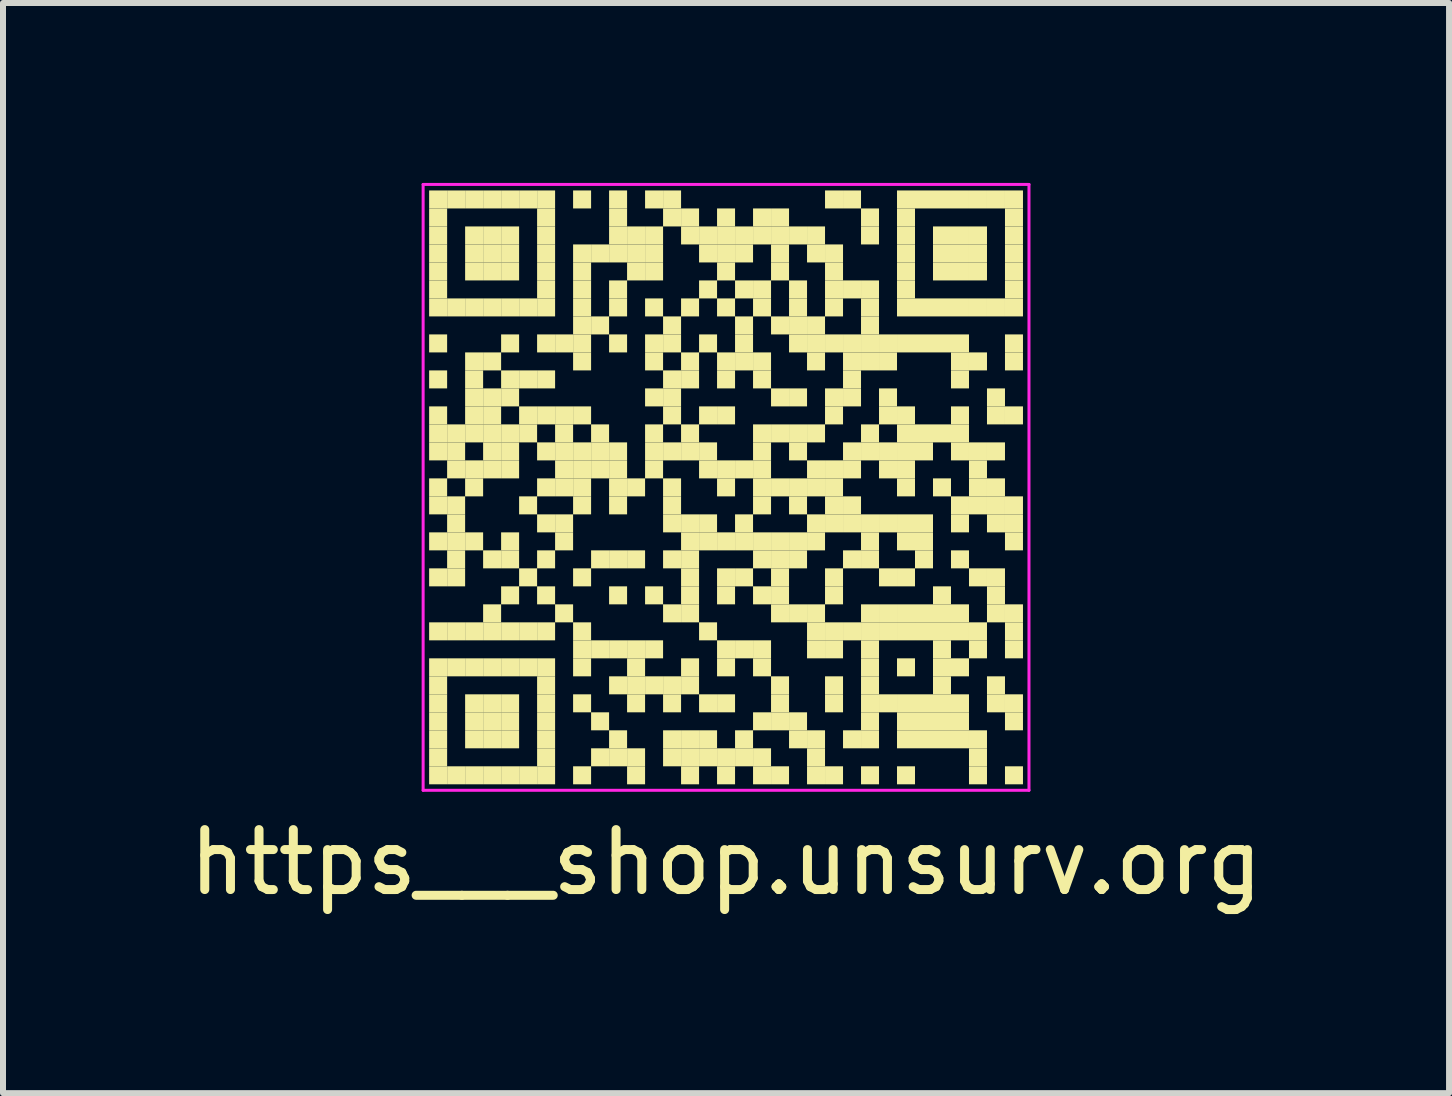
<source format=kicad_pcb>
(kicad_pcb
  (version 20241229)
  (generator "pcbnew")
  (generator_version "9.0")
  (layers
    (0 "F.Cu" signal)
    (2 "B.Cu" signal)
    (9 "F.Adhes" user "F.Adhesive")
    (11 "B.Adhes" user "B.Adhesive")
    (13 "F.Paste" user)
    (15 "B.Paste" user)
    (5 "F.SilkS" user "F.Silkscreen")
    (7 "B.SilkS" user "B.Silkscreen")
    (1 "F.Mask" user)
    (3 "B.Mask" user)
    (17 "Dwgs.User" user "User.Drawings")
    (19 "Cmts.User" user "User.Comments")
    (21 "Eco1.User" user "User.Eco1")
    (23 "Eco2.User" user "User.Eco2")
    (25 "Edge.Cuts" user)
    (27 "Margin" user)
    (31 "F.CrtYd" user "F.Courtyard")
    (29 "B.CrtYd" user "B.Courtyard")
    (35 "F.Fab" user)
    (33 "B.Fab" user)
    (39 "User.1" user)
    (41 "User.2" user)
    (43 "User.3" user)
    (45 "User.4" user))
  (footprint "https___shop.unsurv.org"
    (layer "F.Cu")
    (at 9.054 5.075)
    (property "Reference" "https___shop.unsurv.org" (at 0 6.25 0) (layer "F.SilkS") (effects (font (size 1 1) (thickness 0.15))))
    (fp_rect (start -4.95 -4.95) (end -4.65 -4.65) (stroke (width 0) (type default)) (fill yes) (layer "F.SilkS"))
    (fp_rect (start -4.95 -4.65) (end -4.65 -4.35) (stroke (width 0) (type default)) (fill yes) (layer "F.SilkS"))
    (fp_rect (start -4.95 -4.35) (end -4.65 -4.05) (stroke (width 0) (type default)) (fill yes) (layer "F.SilkS"))
    (fp_rect (start -4.95 -4.05) (end -4.65 -3.75) (stroke (width 0) (type default)) (fill yes) (layer "F.SilkS"))
    (fp_rect (start -4.95 -3.75) (end -4.65 -3.45) (stroke (width 0) (type default)) (fill yes) (layer "F.SilkS"))
    (fp_rect (start -4.95 -3.45) (end -4.65 -3.15) (stroke (width 0) (type default)) (fill yes) (layer "F.SilkS"))
    (fp_rect (start -4.95 -3.15) (end -4.65 -2.85) (stroke (width 0) (type default)) (fill yes) (layer "F.SilkS"))
    (fp_rect (start -4.95 -2.55) (end -4.65 -2.25) (stroke (width 0) (type default)) (fill yes) (layer "F.SilkS"))
    (fp_rect (start -4.95 -1.95) (end -4.65 -1.65) (stroke (width 0) (type default)) (fill yes) (layer "F.SilkS"))
    (fp_rect (start -4.95 -1.35) (end -4.65 -1.05) (stroke (width 0) (type default)) (fill yes) (layer "F.SilkS"))
    (fp_rect (start -4.95 -1.05) (end -4.65 -0.75) (stroke (width 0) (type default)) (fill yes) (layer "F.SilkS"))
    (fp_rect (start -4.95 -0.75) (end -4.65 -0.45) (stroke (width 0) (type default)) (fill yes) (layer "F.SilkS"))
    (fp_rect (start -4.95 -0.15) (end -4.65 0.15) (stroke (width 0) (type default)) (fill yes) (layer "F.SilkS"))
    (fp_rect (start -4.95 0.15) (end -4.65 0.45) (stroke (width 0) (type default)) (fill yes) (layer "F.SilkS"))
    (fp_rect (start -4.95 0.75) (end -4.65 1.05) (stroke (width 0) (type default)) (fill yes) (layer "F.SilkS"))
    (fp_rect (start -4.95 1.35) (end -4.65 1.65) (stroke (width 0) (type default)) (fill yes) (layer "F.SilkS"))
    (fp_rect (start -4.95 2.25) (end -4.65 2.55) (stroke (width 0) (type default)) (fill yes) (layer "F.SilkS"))
    (fp_rect (start -4.95 2.85) (end -4.65 3.15) (stroke (width 0) (type default)) (fill yes) (layer "F.SilkS"))
    (fp_rect (start -4.95 3.15) (end -4.65 3.45) (stroke (width 0) (type default)) (fill yes) (layer "F.SilkS"))
    (fp_rect (start -4.95 3.45) (end -4.65 3.75) (stroke (width 0) (type default)) (fill yes) (layer "F.SilkS"))
    (fp_rect (start -4.95 3.75) (end -4.65 4.05) (stroke (width 0) (type default)) (fill yes) (layer "F.SilkS"))
    (fp_rect (start -4.95 4.05) (end -4.65 4.35) (stroke (width 0) (type default)) (fill yes) (layer "F.SilkS"))
    (fp_rect (start -4.95 4.35) (end -4.65 4.65) (stroke (width 0) (type default)) (fill yes) (layer "F.SilkS"))
    (fp_rect (start -4.95 4.65) (end -4.65 4.95) (stroke (width 0) (type default)) (fill yes) (layer "F.SilkS"))
    (fp_rect (start -4.65 -4.95) (end -4.35 -4.65) (stroke (width 0) (type default)) (fill yes) (layer "F.SilkS"))
    (fp_rect (start -4.65 -3.15) (end -4.35 -2.85) (stroke (width 0) (type default)) (fill yes) (layer "F.SilkS"))
    (fp_rect (start -4.65 -1.05) (end -4.35 -0.75) (stroke (width 0) (type default)) (fill yes) (layer "F.SilkS"))
    (fp_rect (start -4.65 -0.75) (end -4.35 -0.45) (stroke (width 0) (type default)) (fill yes) (layer "F.SilkS"))
    (fp_rect (start -4.65 -0.45) (end -4.35 -0.15) (stroke (width 0) (type default)) (fill yes) (layer "F.SilkS"))
    (fp_rect (start -4.65 0.15) (end -4.35 0.45) (stroke (width 0) (type default)) (fill yes) (layer "F.SilkS"))
    (fp_rect (start -4.65 0.45) (end -4.35 0.75) (stroke (width 0) (type default)) (fill yes) (layer "F.SilkS"))
    (fp_rect (start -4.65 0.75) (end -4.35 1.05) (stroke (width 0) (type default)) (fill yes) (layer "F.SilkS"))
    (fp_rect (start -4.65 1.05) (end -4.35 1.35) (stroke (width 0) (type default)) (fill yes) (layer "F.SilkS"))
    (fp_rect (start -4.65 1.35) (end -4.35 1.65) (stroke (width 0) (type default)) (fill yes) (layer "F.SilkS"))
    (fp_rect (start -4.65 2.25) (end -4.35 2.55) (stroke (width 0) (type default)) (fill yes) (layer "F.SilkS"))
    (fp_rect (start -4.65 2.85) (end -4.35 3.15) (stroke (width 0) (type default)) (fill yes) (layer "F.SilkS"))
    (fp_rect (start -4.65 4.65) (end -4.35 4.95) (stroke (width 0) (type default)) (fill yes) (layer "F.SilkS"))
    (fp_rect (start -4.35 -4.95) (end -4.05 -4.65) (stroke (width 0) (type default)) (fill yes) (layer "F.SilkS"))
    (fp_rect (start -4.35 -4.35) (end -4.05 -4.05) (stroke (width 0) (type default)) (fill yes) (layer "F.SilkS"))
    (fp_rect (start -4.35 -4.05) (end -4.05 -3.75) (stroke (width 0) (type default)) (fill yes) (layer "F.SilkS"))
    (fp_rect (start -4.35 -3.75) (end -4.05 -3.45) (stroke (width 0) (type default)) (fill yes) (layer "F.SilkS"))
    (fp_rect (start -4.35 -3.15) (end -4.05 -2.85) (stroke (width 0) (type default)) (fill yes) (layer "F.SilkS"))
    (fp_rect (start -4.35 -2.25) (end -4.05 -1.95) (stroke (width 0) (type default)) (fill yes) (layer "F.SilkS"))
    (fp_rect (start -4.35 -1.95) (end -4.05 -1.65) (stroke (width 0) (type default)) (fill yes) (layer "F.SilkS"))
    (fp_rect (start -4.35 -1.65) (end -4.05 -1.35) (stroke (width 0) (type default)) (fill yes) (layer "F.SilkS"))
    (fp_rect (start -4.35 -1.35) (end -4.05 -1.05) (stroke (width 0) (type default)) (fill yes) (layer "F.SilkS"))
    (fp_rect (start -4.35 -1.05) (end -4.05 -0.75) (stroke (width 0) (type default)) (fill yes) (layer "F.SilkS"))
    (fp_rect (start -4.35 -0.45) (end -4.05 -0.15) (stroke (width 0) (type default)) (fill yes) (layer "F.SilkS"))
    (fp_rect (start -4.35 -0.15) (end -4.05 0.15) (stroke (width 0) (type default)) (fill yes) (layer "F.SilkS"))
    (fp_rect (start -4.35 0.75) (end -4.05 1.05) (stroke (width 0) (type default)) (fill yes) (layer "F.SilkS"))
    (fp_rect (start -4.35 2.25) (end -4.05 2.55) (stroke (width 0) (type default)) (fill yes) (layer "F.SilkS"))
    (fp_rect (start -4.35 2.85) (end -4.05 3.15) (stroke (width 0) (type default)) (fill yes) (layer "F.SilkS"))
    (fp_rect (start -4.35 3.45) (end -4.05 3.75) (stroke (width 0) (type default)) (fill yes) (layer "F.SilkS"))
    (fp_rect (start -4.35 3.75) (end -4.05 4.05) (stroke (width 0) (type default)) (fill yes) (layer "F.SilkS"))
    (fp_rect (start -4.35 4.05) (end -4.05 4.35) (stroke (width 0) (type default)) (fill yes) (layer "F.SilkS"))
    (fp_rect (start -4.35 4.65) (end -4.05 4.95) (stroke (width 0) (type default)) (fill yes) (layer "F.SilkS"))
    (fp_rect (start -4.05 -4.95) (end -3.75 -4.65) (stroke (width 0) (type default)) (fill yes) (layer "F.SilkS"))
    (fp_rect (start -4.05 -4.35) (end -3.75 -4.05) (stroke (width 0) (type default)) (fill yes) (layer "F.SilkS"))
    (fp_rect (start -4.05 -4.05) (end -3.75 -3.75) (stroke (width 0) (type default)) (fill yes) (layer "F.SilkS"))
    (fp_rect (start -4.05 -3.75) (end -3.75 -3.45) (stroke (width 0) (type default)) (fill yes) (layer "F.SilkS"))
    (fp_rect (start -4.05 -3.15) (end -3.75 -2.85) (stroke (width 0) (type default)) (fill yes) (layer "F.SilkS"))
    (fp_rect (start -4.05 -2.25) (end -3.75 -1.95) (stroke (width 0) (type default)) (fill yes) (layer "F.SilkS"))
    (fp_rect (start -4.05 -1.65) (end -3.75 -1.35) (stroke (width 0) (type default)) (fill yes) (layer "F.SilkS"))
    (fp_rect (start -4.05 -1.35) (end -3.75 -1.05) (stroke (width 0) (type default)) (fill yes) (layer "F.SilkS"))
    (fp_rect (start -4.05 -1.05) (end -3.75 -0.75) (stroke (width 0) (type default)) (fill yes) (layer "F.SilkS"))
    (fp_rect (start -4.05 -0.75) (end -3.75 -0.45) (stroke (width 0) (type default)) (fill yes) (layer "F.SilkS"))
    (fp_rect (start -4.05 -0.45) (end -3.75 -0.15) (stroke (width 0) (type default)) (fill yes) (layer "F.SilkS"))
    (fp_rect (start -4.05 1.05) (end -3.75 1.35) (stroke (width 0) (type default)) (fill yes) (layer "F.SilkS"))
    (fp_rect (start -4.05 1.95) (end -3.75 2.25) (stroke (width 0) (type default)) (fill yes) (layer "F.SilkS"))
    (fp_rect (start -4.05 2.25) (end -3.75 2.55) (stroke (width 0) (type default)) (fill yes) (layer "F.SilkS"))
    (fp_rect (start -4.05 2.85) (end -3.75 3.15) (stroke (width 0) (type default)) (fill yes) (layer "F.SilkS"))
    (fp_rect (start -4.05 3.45) (end -3.75 3.75) (stroke (width 0) (type default)) (fill yes) (layer "F.SilkS"))
    (fp_rect (start -4.05 3.75) (end -3.75 4.05) (stroke (width 0) (type default)) (fill yes) (layer "F.SilkS"))
    (fp_rect (start -4.05 4.05) (end -3.75 4.35) (stroke (width 0) (type default)) (fill yes) (layer "F.SilkS"))
    (fp_rect (start -4.05 4.65) (end -3.75 4.95) (stroke (width 0) (type default)) (fill yes) (layer "F.SilkS"))
    (fp_rect (start -3.75 -4.95) (end -3.45 -4.65) (stroke (width 0) (type default)) (fill yes) (layer "F.SilkS"))
    (fp_rect (start -3.75 -4.35) (end -3.45 -4.05) (stroke (width 0) (type default)) (fill yes) (layer "F.SilkS"))
    (fp_rect (start -3.75 -4.05) (end -3.45 -3.75) (stroke (width 0) (type default)) (fill yes) (layer "F.SilkS"))
    (fp_rect (start -3.75 -3.75) (end -3.45 -3.45) (stroke (width 0) (type default)) (fill yes) (layer "F.SilkS"))
    (fp_rect (start -3.75 -3.15) (end -3.45 -2.85) (stroke (width 0) (type default)) (fill yes) (layer "F.SilkS"))
    (fp_rect (start -3.75 -2.55) (end -3.45 -2.25) (stroke (width 0) (type default)) (fill yes) (layer "F.SilkS"))
    (fp_rect (start -3.75 -1.95) (end -3.45 -1.65) (stroke (width 0) (type default)) (fill yes) (layer "F.SilkS"))
    (fp_rect (start -3.75 -1.65) (end -3.45 -1.35) (stroke (width 0) (type default)) (fill yes) (layer "F.SilkS"))
    (fp_rect (start -3.75 -1.05) (end -3.45 -0.75) (stroke (width 0) (type default)) (fill yes) (layer "F.SilkS"))
    (fp_rect (start -3.75 -0.75) (end -3.45 -0.45) (stroke (width 0) (type default)) (fill yes) (layer "F.SilkS"))
    (fp_rect (start -3.75 -0.45) (end -3.45 -0.15) (stroke (width 0) (type default)) (fill yes) (layer "F.SilkS"))
    (fp_rect (start -3.75 0.75) (end -3.45 1.05) (stroke (width 0) (type default)) (fill yes) (layer "F.SilkS"))
    (fp_rect (start -3.75 1.05) (end -3.45 1.35) (stroke (width 0) (type default)) (fill yes) (layer "F.SilkS"))
    (fp_rect (start -3.75 1.65) (end -3.45 1.95) (stroke (width 0) (type default)) (fill yes) (layer "F.SilkS"))
    (fp_rect (start -3.75 2.25) (end -3.45 2.55) (stroke (width 0) (type default)) (fill yes) (layer "F.SilkS"))
    (fp_rect (start -3.75 2.85) (end -3.45 3.15) (stroke (width 0) (type default)) (fill yes) (layer "F.SilkS"))
    (fp_rect (start -3.75 3.45) (end -3.45 3.75) (stroke (width 0) (type default)) (fill yes) (layer "F.SilkS"))
    (fp_rect (start -3.75 3.75) (end -3.45 4.05) (stroke (width 0) (type default)) (fill yes) (layer "F.SilkS"))
    (fp_rect (start -3.75 4.05) (end -3.45 4.35) (stroke (width 0) (type default)) (fill yes) (layer "F.SilkS"))
    (fp_rect (start -3.75 4.65) (end -3.45 4.95) (stroke (width 0) (type default)) (fill yes) (layer "F.SilkS"))
    (fp_rect (start -3.45 -4.95) (end -3.15 -4.65) (stroke (width 0) (type default)) (fill yes) (layer "F.SilkS"))
    (fp_rect (start -3.45 -3.15) (end -3.15 -2.85) (stroke (width 0) (type default)) (fill yes) (layer "F.SilkS"))
    (fp_rect (start -3.45 -1.95) (end -3.15 -1.65) (stroke (width 0) (type default)) (fill yes) (layer "F.SilkS"))
    (fp_rect (start -3.45 -1.35) (end -3.15 -1.05) (stroke (width 0) (type default)) (fill yes) (layer "F.SilkS"))
    (fp_rect (start -3.45 -1.05) (end -3.15 -0.75) (stroke (width 0) (type default)) (fill yes) (layer "F.SilkS"))
    (fp_rect (start -3.45 0.15) (end -3.15 0.45) (stroke (width 0) (type default)) (fill yes) (layer "F.SilkS"))
    (fp_rect (start -3.45 1.35) (end -3.15 1.65) (stroke (width 0) (type default)) (fill yes) (layer "F.SilkS"))
    (fp_rect (start -3.45 2.25) (end -3.15 2.55) (stroke (width 0) (type default)) (fill yes) (layer "F.SilkS"))
    (fp_rect (start -3.45 2.85) (end -3.15 3.15) (stroke (width 0) (type default)) (fill yes) (layer "F.SilkS"))
    (fp_rect (start -3.45 4.65) (end -3.15 4.95) (stroke (width 0) (type default)) (fill yes) (layer "F.SilkS"))
    (fp_rect (start -3.15 -4.95) (end -2.85 -4.65) (stroke (width 0) (type default)) (fill yes) (layer "F.SilkS"))
    (fp_rect (start -3.15 -4.65) (end -2.85 -4.35) (stroke (width 0) (type default)) (fill yes) (layer "F.SilkS"))
    (fp_rect (start -3.15 -4.35) (end -2.85 -4.05) (stroke (width 0) (type default)) (fill yes) (layer "F.SilkS"))
    (fp_rect (start -3.15 -4.05) (end -2.85 -3.75) (stroke (width 0) (type default)) (fill yes) (layer "F.SilkS"))
    (fp_rect (start -3.15 -3.75) (end -2.85 -3.45) (stroke (width 0) (type default)) (fill yes) (layer "F.SilkS"))
    (fp_rect (start -3.15 -3.45) (end -2.85 -3.15) (stroke (width 0) (type default)) (fill yes) (layer "F.SilkS"))
    (fp_rect (start -3.15 -3.15) (end -2.85 -2.85) (stroke (width 0) (type default)) (fill yes) (layer "F.SilkS"))
    (fp_rect (start -3.15 -2.55) (end -2.85 -2.25) (stroke (width 0) (type default)) (fill yes) (layer "F.SilkS"))
    (fp_rect (start -3.15 -1.95) (end -2.85 -1.65) (stroke (width 0) (type default)) (fill yes) (layer "F.SilkS"))
    (fp_rect (start -3.15 -1.35) (end -2.85 -1.05) (stroke (width 0) (type default)) (fill yes) (layer "F.SilkS"))
    (fp_rect (start -3.15 -0.75) (end -2.85 -0.45) (stroke (width 0) (type default)) (fill yes) (layer "F.SilkS"))
    (fp_rect (start -3.15 -0.15) (end -2.85 0.15) (stroke (width 0) (type default)) (fill yes) (layer "F.SilkS"))
    (fp_rect (start -3.15 0.45) (end -2.85 0.75) (stroke (width 0) (type default)) (fill yes) (layer "F.SilkS"))
    (fp_rect (start -3.15 1.05) (end -2.85 1.35) (stroke (width 0) (type default)) (fill yes) (layer "F.SilkS"))
    (fp_rect (start -3.15 1.65) (end -2.85 1.95) (stroke (width 0) (type default)) (fill yes) (layer "F.SilkS"))
    (fp_rect (start -3.15 2.25) (end -2.85 2.55) (stroke (width 0) (type default)) (fill yes) (layer "F.SilkS"))
    (fp_rect (start -3.15 2.85) (end -2.85 3.15) (stroke (width 0) (type default)) (fill yes) (layer "F.SilkS"))
    (fp_rect (start -3.15 3.15) (end -2.85 3.45) (stroke (width 0) (type default)) (fill yes) (layer "F.SilkS"))
    (fp_rect (start -3.15 3.45) (end -2.85 3.75) (stroke (width 0) (type default)) (fill yes) (layer "F.SilkS"))
    (fp_rect (start -3.15 3.75) (end -2.85 4.05) (stroke (width 0) (type default)) (fill yes) (layer "F.SilkS"))
    (fp_rect (start -3.15 4.05) (end -2.85 4.35) (stroke (width 0) (type default)) (fill yes) (layer "F.SilkS"))
    (fp_rect (start -3.15 4.35) (end -2.85 4.65) (stroke (width 0) (type default)) (fill yes) (layer "F.SilkS"))
    (fp_rect (start -3.15 4.65) (end -2.85 4.95) (stroke (width 0) (type default)) (fill yes) (layer "F.SilkS"))
    (fp_rect (start -2.85 -2.55) (end -2.55 -2.25) (stroke (width 0) (type default)) (fill yes) (layer "F.SilkS"))
    (fp_rect (start -2.85 -1.35) (end -2.55 -1.05) (stroke (width 0) (type default)) (fill yes) (layer "F.SilkS"))
    (fp_rect (start -2.85 -1.05) (end -2.55 -0.75) (stroke (width 0) (type default)) (fill yes) (layer "F.SilkS"))
    (fp_rect (start -2.85 -0.75) (end -2.55 -0.45) (stroke (width 0) (type default)) (fill yes) (layer "F.SilkS"))
    (fp_rect (start -2.85 -0.45) (end -2.55 -0.15) (stroke (width 0) (type default)) (fill yes) (layer "F.SilkS"))
    (fp_rect (start -2.85 -0.15) (end -2.55 0.15) (stroke (width 0) (type default)) (fill yes) (layer "F.SilkS"))
    (fp_rect (start -2.85 0.45) (end -2.55 0.75) (stroke (width 0) (type default)) (fill yes) (layer "F.SilkS"))
    (fp_rect (start -2.85 0.75) (end -2.55 1.05) (stroke (width 0) (type default)) (fill yes) (layer "F.SilkS"))
    (fp_rect (start -2.85 1.95) (end -2.55 2.25) (stroke (width 0) (type default)) (fill yes) (layer "F.SilkS"))
    (fp_rect (start -2.55 -4.95) (end -2.25 -4.65) (stroke (width 0) (type default)) (fill yes) (layer "F.SilkS"))
    (fp_rect (start -2.55 -4.05) (end -2.25 -3.75) (stroke (width 0) (type default)) (fill yes) (layer "F.SilkS"))
    (fp_rect (start -2.55 -3.75) (end -2.25 -3.45) (stroke (width 0) (type default)) (fill yes) (layer "F.SilkS"))
    (fp_rect (start -2.55 -3.45) (end -2.25 -3.15) (stroke (width 0) (type default)) (fill yes) (layer "F.SilkS"))
    (fp_rect (start -2.55 -3.15) (end -2.25 -2.85) (stroke (width 0) (type default)) (fill yes) (layer "F.SilkS"))
    (fp_rect (start -2.55 -2.85) (end -2.25 -2.55) (stroke (width 0) (type default)) (fill yes) (layer "F.SilkS"))
    (fp_rect (start -2.55 -2.55) (end -2.25 -2.25) (stroke (width 0) (type default)) (fill yes) (layer "F.SilkS"))
    (fp_rect (start -2.55 -2.25) (end -2.25 -1.95) (stroke (width 0) (type default)) (fill yes) (layer "F.SilkS"))
    (fp_rect (start -2.55 -1.35) (end -2.25 -1.05) (stroke (width 0) (type default)) (fill yes) (layer "F.SilkS"))
    (fp_rect (start -2.55 -0.75) (end -2.25 -0.45) (stroke (width 0) (type default)) (fill yes) (layer "F.SilkS"))
    (fp_rect (start -2.55 -0.45) (end -2.25 -0.15) (stroke (width 0) (type default)) (fill yes) (layer "F.SilkS"))
    (fp_rect (start -2.55 -0.15) (end -2.25 0.15) (stroke (width 0) (type default)) (fill yes) (layer "F.SilkS"))
    (fp_rect (start -2.55 0.15) (end -2.25 0.45) (stroke (width 0) (type default)) (fill yes) (layer "F.SilkS"))
    (fp_rect (start -2.55 1.35) (end -2.25 1.65) (stroke (width 0) (type default)) (fill yes) (layer "F.SilkS"))
    (fp_rect (start -2.55 2.25) (end -2.25 2.55) (stroke (width 0) (type default)) (fill yes) (layer "F.SilkS"))
    (fp_rect (start -2.55 2.55) (end -2.25 2.85) (stroke (width 0) (type default)) (fill yes) (layer "F.SilkS"))
    (fp_rect (start -2.55 2.85) (end -2.25 3.15) (stroke (width 0) (type default)) (fill yes) (layer "F.SilkS"))
    (fp_rect (start -2.55 3.45) (end -2.25 3.75) (stroke (width 0) (type default)) (fill yes) (layer "F.SilkS"))
    (fp_rect (start -2.55 4.65) (end -2.25 4.95) (stroke (width 0) (type default)) (fill yes) (layer "F.SilkS"))
    (fp_rect (start -2.25 -4.05) (end -1.95 -3.75) (stroke (width 0) (type default)) (fill yes) (layer "F.SilkS"))
    (fp_rect (start -2.25 -2.85) (end -1.95 -2.55) (stroke (width 0) (type default)) (fill yes) (layer "F.SilkS"))
    (fp_rect (start -2.25 -1.05) (end -1.95 -0.75) (stroke (width 0) (type default)) (fill yes) (layer "F.SilkS"))
    (fp_rect (start -2.25 -0.75) (end -1.95 -0.45) (stroke (width 0) (type default)) (fill yes) (layer "F.SilkS"))
    (fp_rect (start -2.25 -0.45) (end -1.95 -0.15) (stroke (width 0) (type default)) (fill yes) (layer "F.SilkS"))
    (fp_rect (start -2.25 1.05) (end -1.95 1.35) (stroke (width 0) (type default)) (fill yes) (layer "F.SilkS"))
    (fp_rect (start -2.25 2.55) (end -1.95 2.85) (stroke (width 0) (type default)) (fill yes) (layer "F.SilkS"))
    (fp_rect (start -2.25 3.75) (end -1.95 4.05) (stroke (width 0) (type default)) (fill yes) (layer "F.SilkS"))
    (fp_rect (start -2.25 4.35) (end -1.95 4.65) (stroke (width 0) (type default)) (fill yes) (layer "F.SilkS"))
    (fp_rect (start -1.95 -4.95) (end -1.65 -4.65) (stroke (width 0) (type default)) (fill yes) (layer "F.SilkS"))
    (fp_rect (start -1.95 -4.65) (end -1.65 -4.35) (stroke (width 0) (type default)) (fill yes) (layer "F.SilkS"))
    (fp_rect (start -1.95 -4.35) (end -1.65 -4.05) (stroke (width 0) (type default)) (fill yes) (layer "F.SilkS"))
    (fp_rect (start -1.95 -4.05) (end -1.65 -3.75) (stroke (width 0) (type default)) (fill yes) (layer "F.SilkS"))
    (fp_rect (start -1.95 -3.45) (end -1.65 -3.15) (stroke (width 0) (type default)) (fill yes) (layer "F.SilkS"))
    (fp_rect (start -1.95 -3.15) (end -1.65 -2.85) (stroke (width 0) (type default)) (fill yes) (layer "F.SilkS"))
    (fp_rect (start -1.95 -2.55) (end -1.65 -2.25) (stroke (width 0) (type default)) (fill yes) (layer "F.SilkS"))
    (fp_rect (start -1.95 -0.75) (end -1.65 -0.45) (stroke (width 0) (type default)) (fill yes) (layer "F.SilkS"))
    (fp_rect (start -1.95 -0.45) (end -1.65 -0.15) (stroke (width 0) (type default)) (fill yes) (layer "F.SilkS"))
    (fp_rect (start -1.95 -0.15) (end -1.65 0.15) (stroke (width 0) (type default)) (fill yes) (layer "F.SilkS"))
    (fp_rect (start -1.95 0.15) (end -1.65 0.45) (stroke (width 0) (type default)) (fill yes) (layer "F.SilkS"))
    (fp_rect (start -1.95 1.05) (end -1.65 1.35) (stroke (width 0) (type default)) (fill yes) (layer "F.SilkS"))
    (fp_rect (start -1.95 1.65) (end -1.65 1.95) (stroke (width 0) (type default)) (fill yes) (layer "F.SilkS"))
    (fp_rect (start -1.95 2.55) (end -1.65 2.85) (stroke (width 0) (type default)) (fill yes) (layer "F.SilkS"))
    (fp_rect (start -1.95 3.15) (end -1.65 3.45) (stroke (width 0) (type default)) (fill yes) (layer "F.SilkS"))
    (fp_rect (start -1.95 4.05) (end -1.65 4.35) (stroke (width 0) (type default)) (fill yes) (layer "F.SilkS"))
    (fp_rect (start -1.95 4.35) (end -1.65 4.65) (stroke (width 0) (type default)) (fill yes) (layer "F.SilkS"))
    (fp_rect (start -1.65 -4.35) (end -1.35 -4.05) (stroke (width 0) (type default)) (fill yes) (layer "F.SilkS"))
    (fp_rect (start -1.65 -4.05) (end -1.35 -3.75) (stroke (width 0) (type default)) (fill yes) (layer "F.SilkS"))
    (fp_rect (start -1.65 -3.75) (end -1.35 -3.45) (stroke (width 0) (type default)) (fill yes) (layer "F.SilkS"))
    (fp_rect (start -1.65 -0.15) (end -1.35 0.15) (stroke (width 0) (type default)) (fill yes) (layer "F.SilkS"))
    (fp_rect (start -1.65 1.05) (end -1.35 1.35) (stroke (width 0) (type default)) (fill yes) (layer "F.SilkS"))
    (fp_rect (start -1.65 2.55) (end -1.35 2.85) (stroke (width 0) (type default)) (fill yes) (layer "F.SilkS"))
    (fp_rect (start -1.65 2.85) (end -1.35 3.15) (stroke (width 0) (type default)) (fill yes) (layer "F.SilkS"))
    (fp_rect (start -1.65 3.15) (end -1.35 3.45) (stroke (width 0) (type default)) (fill yes) (layer "F.SilkS"))
    (fp_rect (start -1.65 3.45) (end -1.35 3.75) (stroke (width 0) (type default)) (fill yes) (layer "F.SilkS"))
    (fp_rect (start -1.65 4.35) (end -1.35 4.65) (stroke (width 0) (type default)) (fill yes) (layer "F.SilkS"))
    (fp_rect (start -1.65 4.65) (end -1.35 4.95) (stroke (width 0) (type default)) (fill yes) (layer "F.SilkS"))
    (fp_rect (start -1.35 -4.95) (end -1.05 -4.65) (stroke (width 0) (type default)) (fill yes) (layer "F.SilkS"))
    (fp_rect (start -1.35 -4.35) (end -1.05 -4.05) (stroke (width 0) (type default)) (fill yes) (layer "F.SilkS"))
    (fp_rect (start -1.35 -4.05) (end -1.05 -3.75) (stroke (width 0) (type default)) (fill yes) (layer "F.SilkS"))
    (fp_rect (start -1.35 -3.75) (end -1.05 -3.45) (stroke (width 0) (type default)) (fill yes) (layer "F.SilkS"))
    (fp_rect (start -1.35 -3.15) (end -1.05 -2.85) (stroke (width 0) (type default)) (fill yes) (layer "F.SilkS"))
    (fp_rect (start -1.35 -2.55) (end -1.05 -2.25) (stroke (width 0) (type default)) (fill yes) (layer "F.SilkS"))
    (fp_rect (start -1.35 -2.25) (end -1.05 -1.95) (stroke (width 0) (type default)) (fill yes) (layer "F.SilkS"))
    (fp_rect (start -1.35 -1.65) (end -1.05 -1.35) (stroke (width 0) (type default)) (fill yes) (layer "F.SilkS"))
    (fp_rect (start -1.35 -1.05) (end -1.05 -0.75) (stroke (width 0) (type default)) (fill yes) (layer "F.SilkS"))
    (fp_rect (start -1.35 -0.75) (end -1.05 -0.45) (stroke (width 0) (type default)) (fill yes) (layer "F.SilkS"))
    (fp_rect (start -1.35 -0.45) (end -1.05 -0.15) (stroke (width 0) (type default)) (fill yes) (layer "F.SilkS"))
    (fp_rect (start -1.35 1.65) (end -1.05 1.95) (stroke (width 0) (type default)) (fill yes) (layer "F.SilkS"))
    (fp_rect (start -1.35 2.55) (end -1.05 2.85) (stroke (width 0) (type default)) (fill yes) (layer "F.SilkS"))
    (fp_rect (start -1.35 3.15) (end -1.05 3.45) (stroke (width 0) (type default)) (fill yes) (layer "F.SilkS"))
    (fp_rect (start -1.05 -4.95) (end -0.75 -4.65) (stroke (width 0) (type default)) (fill yes) (layer "F.SilkS"))
    (fp_rect (start -1.05 -4.65) (end -0.75 -4.35) (stroke (width 0) (type default)) (fill yes) (layer "F.SilkS"))
    (fp_rect (start -1.05 -2.85) (end -0.75 -2.55) (stroke (width 0) (type default)) (fill yes) (layer "F.SilkS"))
    (fp_rect (start -1.05 -2.55) (end -0.75 -2.25) (stroke (width 0) (type default)) (fill yes) (layer "F.SilkS"))
    (fp_rect (start -1.05 -1.95) (end -0.75 -1.65) (stroke (width 0) (type default)) (fill yes) (layer "F.SilkS"))
    (fp_rect (start -1.05 -1.65) (end -0.75 -1.35) (stroke (width 0) (type default)) (fill yes) (layer "F.SilkS"))
    (fp_rect (start -1.05 -1.35) (end -0.75 -1.05) (stroke (width 0) (type default)) (fill yes) (layer "F.SilkS"))
    (fp_rect (start -1.05 -0.75) (end -0.75 -0.45) (stroke (width 0) (type default)) (fill yes) (layer "F.SilkS"))
    (fp_rect (start -1.05 -0.15) (end -0.75 0.15) (stroke (width 0) (type default)) (fill yes) (layer "F.SilkS"))
    (fp_rect (start -1.05 0.15) (end -0.75 0.45) (stroke (width 0) (type default)) (fill yes) (layer "F.SilkS"))
    (fp_rect (start -1.05 0.45) (end -0.75 0.75) (stroke (width 0) (type default)) (fill yes) (layer "F.SilkS"))
    (fp_rect (start -1.05 1.05) (end -0.75 1.35) (stroke (width 0) (type default)) (fill yes) (layer "F.SilkS"))
    (fp_rect (start -1.05 1.95) (end -0.75 2.25) (stroke (width 0) (type default)) (fill yes) (layer "F.SilkS"))
    (fp_rect (start -1.05 3.15) (end -0.75 3.45) (stroke (width 0) (type default)) (fill yes) (layer "F.SilkS"))
    (fp_rect (start -1.05 3.45) (end -0.75 3.75) (stroke (width 0) (type default)) (fill yes) (layer "F.SilkS"))
    (fp_rect (start -1.05 4.05) (end -0.75 4.35) (stroke (width 0) (type default)) (fill yes) (layer "F.SilkS"))
    (fp_rect (start -1.05 4.35) (end -0.75 4.65) (stroke (width 0) (type default)) (fill yes) (layer "F.SilkS"))
    (fp_rect (start -0.75 -4.65) (end -0.45 -4.35) (stroke (width 0) (type default)) (fill yes) (layer "F.SilkS"))
    (fp_rect (start -0.75 -4.35) (end -0.45 -4.05) (stroke (width 0) (type default)) (fill yes) (layer "F.SilkS"))
    (fp_rect (start -0.75 -3.15) (end -0.45 -2.85) (stroke (width 0) (type default)) (fill yes) (layer "F.SilkS"))
    (fp_rect (start -0.75 -2.25) (end -0.45 -1.95) (stroke (width 0) (type default)) (fill yes) (layer "F.SilkS"))
    (fp_rect (start -0.75 -1.95) (end -0.45 -1.65) (stroke (width 0) (type default)) (fill yes) (layer "F.SilkS"))
    (fp_rect (start -0.75 -1.05) (end -0.45 -0.75) (stroke (width 0) (type default)) (fill yes) (layer "F.SilkS"))
    (fp_rect (start -0.75 -0.75) (end -0.45 -0.45) (stroke (width 0) (type default)) (fill yes) (layer "F.SilkS"))
    (fp_rect (start -0.75 0.45) (end -0.45 0.75) (stroke (width 0) (type default)) (fill yes) (layer "F.SilkS"))
    (fp_rect (start -0.75 0.75) (end -0.45 1.05) (stroke (width 0) (type default)) (fill yes) (layer "F.SilkS"))
    (fp_rect (start -0.75 1.05) (end -0.45 1.35) (stroke (width 0) (type default)) (fill yes) (layer "F.SilkS"))
    (fp_rect (start -0.75 1.35) (end -0.45 1.65) (stroke (width 0) (type default)) (fill yes) (layer "F.SilkS"))
    (fp_rect (start -0.75 1.65) (end -0.45 1.95) (stroke (width 0) (type default)) (fill yes) (layer "F.SilkS"))
    (fp_rect (start -0.75 1.95) (end -0.45 2.25) (stroke (width 0) (type default)) (fill yes) (layer "F.SilkS"))
    (fp_rect (start -0.75 2.85) (end -0.45 3.15) (stroke (width 0) (type default)) (fill yes) (layer "F.SilkS"))
    (fp_rect (start -0.75 3.15) (end -0.45 3.45) (stroke (width 0) (type default)) (fill yes) (layer "F.SilkS"))
    (fp_rect (start -0.75 4.05) (end -0.45 4.35) (stroke (width 0) (type default)) (fill yes) (layer "F.SilkS"))
    (fp_rect (start -0.75 4.35) (end -0.45 4.65) (stroke (width 0) (type default)) (fill yes) (layer "F.SilkS"))
    (fp_rect (start -0.75 4.65) (end -0.45 4.95) (stroke (width 0) (type default)) (fill yes) (layer "F.SilkS"))
    (fp_rect (start -0.45 -4.35) (end -0.15 -4.05) (stroke (width 0) (type default)) (fill yes) (layer "F.SilkS"))
    (fp_rect (start -0.45 -4.05) (end -0.15 -3.75) (stroke (width 0) (type default)) (fill yes) (layer "F.SilkS"))
    (fp_rect (start -0.45 -3.45) (end -0.15 -3.15) (stroke (width 0) (type default)) (fill yes) (layer "F.SilkS"))
    (fp_rect (start -0.45 -2.55) (end -0.15 -2.25) (stroke (width 0) (type default)) (fill yes) (layer "F.SilkS"))
    (fp_rect (start -0.45 -1.35) (end -0.15 -1.05) (stroke (width 0) (type default)) (fill yes) (layer "F.SilkS"))
    (fp_rect (start -0.45 -0.75) (end -0.15 -0.45) (stroke (width 0) (type default)) (fill yes) (layer "F.SilkS"))
    (fp_rect (start -0.45 -0.45) (end -0.15 -0.15) (stroke (width 0) (type default)) (fill yes) (layer "F.SilkS"))
    (fp_rect (start -0.45 0.45) (end -0.15 0.75) (stroke (width 0) (type default)) (fill yes) (layer "F.SilkS"))
    (fp_rect (start -0.45 0.75) (end -0.15 1.05) (stroke (width 0) (type default)) (fill yes) (layer "F.SilkS"))
    (fp_rect (start -0.45 2.25) (end -0.15 2.55) (stroke (width 0) (type default)) (fill yes) (layer "F.SilkS"))
    (fp_rect (start -0.45 3.45) (end -0.15 3.75) (stroke (width 0) (type default)) (fill yes) (layer "F.SilkS"))
    (fp_rect (start -0.45 4.05) (end -0.15 4.35) (stroke (width 0) (type default)) (fill yes) (layer "F.SilkS"))
    (fp_rect (start -0.45 4.35) (end -0.15 4.65) (stroke (width 0) (type default)) (fill yes) (layer "F.SilkS"))
    (fp_rect (start -0.15 -4.65) (end 0.15 -4.35) (stroke (width 0) (type default)) (fill yes) (layer "F.SilkS"))
    (fp_rect (start -0.15 -4.35) (end 0.15 -4.05) (stroke (width 0) (type default)) (fill yes) (layer "F.SilkS"))
    (fp_rect (start -0.15 -4.05) (end 0.15 -3.75) (stroke (width 0) (type default)) (fill yes) (layer "F.SilkS"))
    (fp_rect (start -0.15 -3.75) (end 0.15 -3.45) (stroke (width 0) (type default)) (fill yes) (layer "F.SilkS"))
    (fp_rect (start -0.15 -3.15) (end 0.15 -2.85) (stroke (width 0) (type default)) (fill yes) (layer "F.SilkS"))
    (fp_rect (start -0.15 -2.25) (end 0.15 -1.95) (stroke (width 0) (type default)) (fill yes) (layer "F.SilkS"))
    (fp_rect (start -0.15 -1.95) (end 0.15 -1.65) (stroke (width 0) (type default)) (fill yes) (layer "F.SilkS"))
    (fp_rect (start -0.15 -1.35) (end 0.15 -1.05) (stroke (width 0) (type default)) (fill yes) (layer "F.SilkS"))
    (fp_rect (start -0.15 -0.45) (end 0.15 -0.15) (stroke (width 0) (type default)) (fill yes) (layer "F.SilkS"))
    (fp_rect (start -0.15 -0.15) (end 0.15 0.15) (stroke (width 0) (type default)) (fill yes) (layer "F.SilkS"))
    (fp_rect (start -0.15 0.75) (end 0.15 1.05) (stroke (width 0) (type default)) (fill yes) (layer "F.SilkS"))
    (fp_rect (start -0.15 1.35) (end 0.15 1.65) (stroke (width 0) (type default)) (fill yes) (layer "F.SilkS"))
    (fp_rect (start -0.15 1.65) (end 0.15 1.95) (stroke (width 0) (type default)) (fill yes) (layer "F.SilkS"))
    (fp_rect (start -0.15 2.55) (end 0.15 2.85) (stroke (width 0) (type default)) (fill yes) (layer "F.SilkS"))
    (fp_rect (start -0.15 2.85) (end 0.15 3.15) (stroke (width 0) (type default)) (fill yes) (layer "F.SilkS"))
    (fp_rect (start -0.15 3.45) (end 0.15 3.75) (stroke (width 0) (type default)) (fill yes) (layer "F.SilkS"))
    (fp_rect (start -0.15 4.35) (end 0.15 4.65) (stroke (width 0) (type default)) (fill yes) (layer "F.SilkS"))
    (fp_rect (start -0.15 4.65) (end 0.15 4.95) (stroke (width 0) (type default)) (fill yes) (layer "F.SilkS"))
    (fp_rect (start 0.15 -4.35) (end 0.45 -4.05) (stroke (width 0) (type default)) (fill yes) (layer "F.SilkS"))
    (fp_rect (start 0.15 -4.05) (end 0.45 -3.75) (stroke (width 0) (type default)) (fill yes) (layer "F.SilkS"))
    (fp_rect (start 0.15 -3.45) (end 0.45 -3.15) (stroke (width 0) (type default)) (fill yes) (layer "F.SilkS"))
    (fp_rect (start 0.15 -2.85) (end 0.45 -2.55) (stroke (width 0) (type default)) (fill yes) (layer "F.SilkS"))
    (fp_rect (start 0.15 -2.55) (end 0.45 -2.25) (stroke (width 0) (type default)) (fill yes) (layer "F.SilkS"))
    (fp_rect (start 0.15 -2.25) (end 0.45 -1.95) (stroke (width 0) (type default)) (fill yes) (layer "F.SilkS"))
    (fp_rect (start 0.15 -0.45) (end 0.45 -0.15) (stroke (width 0) (type default)) (fill yes) (layer "F.SilkS"))
    (fp_rect (start 0.15 0.45) (end 0.45 0.75) (stroke (width 0) (type default)) (fill yes) (layer "F.SilkS"))
    (fp_rect (start 0.15 0.75) (end 0.45 1.05) (stroke (width 0) (type default)) (fill yes) (layer "F.SilkS"))
    (fp_rect (start 0.15 1.35) (end 0.45 1.65) (stroke (width 0) (type default)) (fill yes) (layer "F.SilkS"))
    (fp_rect (start 0.15 2.55) (end 0.45 2.85) (stroke (width 0) (type default)) (fill yes) (layer "F.SilkS"))
    (fp_rect (start 0.15 4.05) (end 0.45 4.35) (stroke (width 0) (type default)) (fill yes) (layer "F.SilkS"))
    (fp_rect (start 0.15 4.35) (end 0.45 4.65) (stroke (width 0) (type default)) (fill yes) (layer "F.SilkS"))
    (fp_rect (start 0.45 -4.65) (end 0.75 -4.35) (stroke (width 0) (type default)) (fill yes) (layer "F.SilkS"))
    (fp_rect (start 0.45 -4.35) (end 0.75 -4.05) (stroke (width 0) (type default)) (fill yes) (layer "F.SilkS"))
    (fp_rect (start 0.45 -3.45) (end 0.75 -3.15) (stroke (width 0) (type default)) (fill yes) (layer "F.SilkS"))
    (fp_rect (start 0.45 -3.15) (end 0.75 -2.85) (stroke (width 0) (type default)) (fill yes) (layer "F.SilkS"))
    (fp_rect (start 0.45 -2.25) (end 0.75 -1.95) (stroke (width 0) (type default)) (fill yes) (layer "F.SilkS"))
    (fp_rect (start 0.45 -1.95) (end 0.75 -1.65) (stroke (width 0) (type default)) (fill yes) (layer "F.SilkS"))
    (fp_rect (start 0.45 -1.05) (end 0.75 -0.75) (stroke (width 0) (type default)) (fill yes) (layer "F.SilkS"))
    (fp_rect (start 0.45 -0.75) (end 0.75 -0.45) (stroke (width 0) (type default)) (fill yes) (layer "F.SilkS"))
    (fp_rect (start 0.45 -0.45) (end 0.75 -0.15) (stroke (width 0) (type default)) (fill yes) (layer "F.SilkS"))
    (fp_rect (start 0.45 -0.15) (end 0.75 0.15) (stroke (width 0) (type default)) (fill yes) (layer "F.SilkS"))
    (fp_rect (start 0.45 0.15) (end 0.75 0.45) (stroke (width 0) (type default)) (fill yes) (layer "F.SilkS"))
    (fp_rect (start 0.45 0.75) (end 0.75 1.05) (stroke (width 0) (type default)) (fill yes) (layer "F.SilkS"))
    (fp_rect (start 0.45 1.05) (end 0.75 1.35) (stroke (width 0) (type default)) (fill yes) (layer "F.SilkS"))
    (fp_rect (start 0.45 1.65) (end 0.75 1.95) (stroke (width 0) (type default)) (fill yes) (layer "F.SilkS"))
    (fp_rect (start 0.45 2.55) (end 0.75 2.85) (stroke (width 0) (type default)) (fill yes) (layer "F.SilkS"))
    (fp_rect (start 0.45 2.85) (end 0.75 3.15) (stroke (width 0) (type default)) (fill yes) (layer "F.SilkS"))
    (fp_rect (start 0.45 3.75) (end 0.75 4.05) (stroke (width 0) (type default)) (fill yes) (layer "F.SilkS"))
    (fp_rect (start 0.45 4.35) (end 0.75 4.65) (stroke (width 0) (type default)) (fill yes) (layer "F.SilkS"))
    (fp_rect (start 0.45 4.65) (end 0.75 4.95) (stroke (width 0) (type default)) (fill yes) (layer "F.SilkS"))
    (fp_rect (start 0.75 -4.65) (end 1.05 -4.35) (stroke (width 0) (type default)) (fill yes) (layer "F.SilkS"))
    (fp_rect (start 0.75 -4.35) (end 1.05 -4.05) (stroke (width 0) (type default)) (fill yes) (layer "F.SilkS"))
    (fp_rect (start 0.75 -4.05) (end 1.05 -3.75) (stroke (width 0) (type default)) (fill yes) (layer "F.SilkS"))
    (fp_rect (start 0.75 -3.75) (end 1.05 -3.45) (stroke (width 0) (type default)) (fill yes) (layer "F.SilkS"))
    (fp_rect (start 0.75 -2.85) (end 1.05 -2.55) (stroke (width 0) (type default)) (fill yes) (layer "F.SilkS"))
    (fp_rect (start 0.75 -1.65) (end 1.05 -1.35) (stroke (width 0) (type default)) (fill yes) (layer "F.SilkS"))
    (fp_rect (start 0.75 -1.05) (end 1.05 -0.75) (stroke (width 0) (type default)) (fill yes) (layer "F.SilkS"))
    (fp_rect (start 0.75 -0.15) (end 1.05 0.15) (stroke (width 0) (type default)) (fill yes) (layer "F.SilkS"))
    (fp_rect (start 0.75 0.75) (end 1.05 1.05) (stroke (width 0) (type default)) (fill yes) (layer "F.SilkS"))
    (fp_rect (start 0.75 1.05) (end 1.05 1.35) (stroke (width 0) (type default)) (fill yes) (layer "F.SilkS"))
    (fp_rect (start 0.75 1.35) (end 1.05 1.65) (stroke (width 0) (type default)) (fill yes) (layer "F.SilkS"))
    (fp_rect (start 0.75 1.65) (end 1.05 1.95) (stroke (width 0) (type default)) (fill yes) (layer "F.SilkS"))
    (fp_rect (start 0.75 1.95) (end 1.05 2.25) (stroke (width 0) (type default)) (fill yes) (layer "F.SilkS"))
    (fp_rect (start 0.75 3.15) (end 1.05 3.45) (stroke (width 0) (type default)) (fill yes) (layer "F.SilkS"))
    (fp_rect (start 0.75 3.45) (end 1.05 3.75) (stroke (width 0) (type default)) (fill yes) (layer "F.SilkS"))
    (fp_rect (start 0.75 3.75) (end 1.05 4.05) (stroke (width 0) (type default)) (fill yes) (layer "F.SilkS"))
    (fp_rect (start 0.75 4.65) (end 1.05 4.95) (stroke (width 0) (type default)) (fill yes) (layer "F.SilkS"))
    (fp_rect (start 1.05 -4.35) (end 1.35 -4.05) (stroke (width 0) (type default)) (fill yes) (layer "F.SilkS"))
    (fp_rect (start 1.05 -3.45) (end 1.35 -3.15) (stroke (width 0) (type default)) (fill yes) (layer "F.SilkS"))
    (fp_rect (start 1.05 -3.15) (end 1.35 -2.85) (stroke (width 0) (type default)) (fill yes) (layer "F.SilkS"))
    (fp_rect (start 1.05 -2.85) (end 1.35 -2.55) (stroke (width 0) (type default)) (fill yes) (layer "F.SilkS"))
    (fp_rect (start 1.05 -2.55) (end 1.35 -2.25) (stroke (width 0) (type default)) (fill yes) (layer "F.SilkS"))
    (fp_rect (start 1.05 -1.65) (end 1.35 -1.35) (stroke (width 0) (type default)) (fill yes) (layer "F.SilkS"))
    (fp_rect (start 1.05 -1.05) (end 1.35 -0.75) (stroke (width 0) (type default)) (fill yes) (layer "F.SilkS"))
    (fp_rect (start 1.05 -0.75) (end 1.35 -0.45) (stroke (width 0) (type default)) (fill yes) (layer "F.SilkS"))
    (fp_rect (start 1.05 -0.15) (end 1.35 0.15) (stroke (width 0) (type default)) (fill yes) (layer "F.SilkS"))
    (fp_rect (start 1.05 0.15) (end 1.35 0.45) (stroke (width 0) (type default)) (fill yes) (layer "F.SilkS"))
    (fp_rect (start 1.05 0.75) (end 1.35 1.05) (stroke (width 0) (type default)) (fill yes) (layer "F.SilkS"))
    (fp_rect (start 1.05 1.05) (end 1.35 1.35) (stroke (width 0) (type default)) (fill yes) (layer "F.SilkS"))
    (fp_rect (start 1.05 1.95) (end 1.35 2.25) (stroke (width 0) (type default)) (fill yes) (layer "F.SilkS"))
    (fp_rect (start 1.05 3.75) (end 1.35 4.05) (stroke (width 0) (type default)) (fill yes) (layer "F.SilkS"))
    (fp_rect (start 1.05 4.05) (end 1.35 4.35) (stroke (width 0) (type default)) (fill yes) (layer "F.SilkS"))
    (fp_rect (start 1.35 -4.35) (end 1.65 -4.05) (stroke (width 0) (type default)) (fill yes) (layer "F.SilkS"))
    (fp_rect (start 1.35 -4.05) (end 1.65 -3.75) (stroke (width 0) (type default)) (fill yes) (layer "F.SilkS"))
    (fp_rect (start 1.35 -2.85) (end 1.65 -2.55) (stroke (width 0) (type default)) (fill yes) (layer "F.SilkS"))
    (fp_rect (start 1.35 -2.55) (end 1.65 -2.25) (stroke (width 0) (type default)) (fill yes) (layer "F.SilkS"))
    (fp_rect (start 1.35 -2.25) (end 1.65 -1.95) (stroke (width 0) (type default)) (fill yes) (layer "F.SilkS"))
    (fp_rect (start 1.35 -1.05) (end 1.65 -0.75) (stroke (width 0) (type default)) (fill yes) (layer "F.SilkS"))
    (fp_rect (start 1.35 -0.45) (end 1.65 -0.15) (stroke (width 0) (type default)) (fill yes) (layer "F.SilkS"))
    (fp_rect (start 1.35 -0.15) (end 1.65 0.15) (stroke (width 0) (type default)) (fill yes) (layer "F.SilkS"))
    (fp_rect (start 1.35 0.45) (end 1.65 0.75) (stroke (width 0) (type default)) (fill yes) (layer "F.SilkS"))
    (fp_rect (start 1.35 0.75) (end 1.65 1.05) (stroke (width 0) (type default)) (fill yes) (layer "F.SilkS"))
    (fp_rect (start 1.35 1.95) (end 1.65 2.25) (stroke (width 0) (type default)) (fill yes) (layer "F.SilkS"))
    (fp_rect (start 1.35 2.25) (end 1.65 2.55) (stroke (width 0) (type default)) (fill yes) (layer "F.SilkS"))
    (fp_rect (start 1.35 2.55) (end 1.65 2.85) (stroke (width 0) (type default)) (fill yes) (layer "F.SilkS"))
    (fp_rect (start 1.35 4.05) (end 1.65 4.35) (stroke (width 0) (type default)) (fill yes) (layer "F.SilkS"))
    (fp_rect (start 1.35 4.35) (end 1.65 4.65) (stroke (width 0) (type default)) (fill yes) (layer "F.SilkS"))
    (fp_rect (start 1.35 4.65) (end 1.65 4.95) (stroke (width 0) (type default)) (fill yes) (layer "F.SilkS"))
    (fp_rect (start 1.65 -4.95) (end 1.95 -4.65) (stroke (width 0) (type default)) (fill yes) (layer "F.SilkS"))
    (fp_rect (start 1.65 -4.05) (end 1.95 -3.75) (stroke (width 0) (type default)) (fill yes) (layer "F.SilkS"))
    (fp_rect (start 1.65 -3.75) (end 1.95 -3.45) (stroke (width 0) (type default)) (fill yes) (layer "F.SilkS"))
    (fp_rect (start 1.65 -3.45) (end 1.95 -3.15) (stroke (width 0) (type default)) (fill yes) (layer "F.SilkS"))
    (fp_rect (start 1.65 -3.15) (end 1.95 -2.85) (stroke (width 0) (type default)) (fill yes) (layer "F.SilkS"))
    (fp_rect (start 1.65 -2.55) (end 1.95 -2.25) (stroke (width 0) (type default)) (fill yes) (layer "F.SilkS"))
    (fp_rect (start 1.65 -1.65) (end 1.95 -1.35) (stroke (width 0) (type default)) (fill yes) (layer "F.SilkS"))
    (fp_rect (start 1.65 -1.35) (end 1.95 -1.05) (stroke (width 0) (type default)) (fill yes) (layer "F.SilkS"))
    (fp_rect (start 1.65 -0.45) (end 1.95 -0.15) (stroke (width 0) (type default)) (fill yes) (layer "F.SilkS"))
    (fp_rect (start 1.65 -0.15) (end 1.95 0.15) (stroke (width 0) (type default)) (fill yes) (layer "F.SilkS"))
    (fp_rect (start 1.65 0.15) (end 1.95 0.45) (stroke (width 0) (type default)) (fill yes) (layer "F.SilkS"))
    (fp_rect (start 1.65 0.45) (end 1.95 0.75) (stroke (width 0) (type default)) (fill yes) (layer "F.SilkS"))
    (fp_rect (start 1.65 1.35) (end 1.95 1.65) (stroke (width 0) (type default)) (fill yes) (layer "F.SilkS"))
    (fp_rect (start 1.65 1.65) (end 1.95 1.95) (stroke (width 0) (type default)) (fill yes) (layer "F.SilkS"))
    (fp_rect (start 1.65 2.25) (end 1.95 2.55) (stroke (width 0) (type default)) (fill yes) (layer "F.SilkS"))
    (fp_rect (start 1.65 2.55) (end 1.95 2.85) (stroke (width 0) (type default)) (fill yes) (layer "F.SilkS"))
    (fp_rect (start 1.65 3.15) (end 1.95 3.45) (stroke (width 0) (type default)) (fill yes) (layer "F.SilkS"))
    (fp_rect (start 1.65 3.45) (end 1.95 3.75) (stroke (width 0) (type default)) (fill yes) (layer "F.SilkS"))
    (fp_rect (start 1.65 4.65) (end 1.95 4.95) (stroke (width 0) (type default)) (fill yes) (layer "F.SilkS"))
    (fp_rect (start 1.95 -4.95) (end 2.25 -4.65) (stroke (width 0) (type default)) (fill yes) (layer "F.SilkS"))
    (fp_rect (start 1.95 -3.45) (end 2.25 -3.15) (stroke (width 0) (type default)) (fill yes) (layer "F.SilkS"))
    (fp_rect (start 1.95 -2.55) (end 2.25 -2.25) (stroke (width 0) (type default)) (fill yes) (layer "F.SilkS"))
    (fp_rect (start 1.95 -2.25) (end 2.25 -1.95) (stroke (width 0) (type default)) (fill yes) (layer "F.SilkS"))
    (fp_rect (start 1.95 -1.95) (end 2.25 -1.65) (stroke (width 0) (type default)) (fill yes) (layer "F.SilkS"))
    (fp_rect (start 1.95 -1.65) (end 2.25 -1.35) (stroke (width 0) (type default)) (fill yes) (layer "F.SilkS"))
    (fp_rect (start 1.95 -0.75) (end 2.25 -0.45) (stroke (width 0) (type default)) (fill yes) (layer "F.SilkS"))
    (fp_rect (start 1.95 -0.45) (end 2.25 -0.15) (stroke (width 0) (type default)) (fill yes) (layer "F.SilkS"))
    (fp_rect (start 1.95 0.15) (end 2.25 0.45) (stroke (width 0) (type default)) (fill yes) (layer "F.SilkS"))
    (fp_rect (start 1.95 0.45) (end 2.25 0.75) (stroke (width 0) (type default)) (fill yes) (layer "F.SilkS"))
    (fp_rect (start 1.95 1.05) (end 2.25 1.35) (stroke (width 0) (type default)) (fill yes) (layer "F.SilkS"))
    (fp_rect (start 1.95 2.25) (end 2.25 2.55) (stroke (width 0) (type default)) (fill yes) (layer "F.SilkS"))
    (fp_rect (start 1.95 4.05) (end 2.25 4.35) (stroke (width 0) (type default)) (fill yes) (layer "F.SilkS"))
    (fp_rect (start 2.25 -4.65) (end 2.55 -4.35) (stroke (width 0) (type default)) (fill yes) (layer "F.SilkS"))
    (fp_rect (start 2.25 -4.35) (end 2.55 -4.05) (stroke (width 0) (type default)) (fill yes) (layer "F.SilkS"))
    (fp_rect (start 2.25 -3.45) (end 2.55 -3.15) (stroke (width 0) (type default)) (fill yes) (layer "F.SilkS"))
    (fp_rect (start 2.25 -3.15) (end 2.55 -2.85) (stroke (width 0) (type default)) (fill yes) (layer "F.SilkS"))
    (fp_rect (start 2.25 -2.85) (end 2.55 -2.55) (stroke (width 0) (type default)) (fill yes) (layer "F.SilkS"))
    (fp_rect (start 2.25 -2.55) (end 2.55 -2.25) (stroke (width 0) (type default)) (fill yes) (layer "F.SilkS"))
    (fp_rect (start 2.25 -2.25) (end 2.55 -1.95) (stroke (width 0) (type default)) (fill yes) (layer "F.SilkS"))
    (fp_rect (start 2.25 -1.05) (end 2.55 -0.75) (stroke (width 0) (type default)) (fill yes) (layer "F.SilkS"))
    (fp_rect (start 2.25 -0.75) (end 2.55 -0.45) (stroke (width 0) (type default)) (fill yes) (layer "F.SilkS"))
    (fp_rect (start 2.25 0.45) (end 2.55 0.75) (stroke (width 0) (type default)) (fill yes) (layer "F.SilkS"))
    (fp_rect (start 2.25 0.75) (end 2.55 1.05) (stroke (width 0) (type default)) (fill yes) (layer "F.SilkS"))
    (fp_rect (start 2.25 1.05) (end 2.55 1.35) (stroke (width 0) (type default)) (fill yes) (layer "F.SilkS"))
    (fp_rect (start 2.25 1.95) (end 2.55 2.25) (stroke (width 0) (type default)) (fill yes) (layer "F.SilkS"))
    (fp_rect (start 2.25 2.25) (end 2.55 2.55) (stroke (width 0) (type default)) (fill yes) (layer "F.SilkS"))
    (fp_rect (start 2.25 2.55) (end 2.55 2.85) (stroke (width 0) (type default)) (fill yes) (layer "F.SilkS"))
    (fp_rect (start 2.25 2.85) (end 2.55 3.15) (stroke (width 0) (type default)) (fill yes) (layer "F.SilkS"))
    (fp_rect (start 2.25 3.15) (end 2.55 3.45) (stroke (width 0) (type default)) (fill yes) (layer "F.SilkS"))
    (fp_rect (start 2.25 3.45) (end 2.55 3.75) (stroke (width 0) (type default)) (fill yes) (layer "F.SilkS"))
    (fp_rect (start 2.25 3.75) (end 2.55 4.05) (stroke (width 0) (type default)) (fill yes) (layer "F.SilkS"))
    (fp_rect (start 2.25 4.05) (end 2.55 4.35) (stroke (width 0) (type default)) (fill yes) (layer "F.SilkS"))
    (fp_rect (start 2.25 4.65) (end 2.55 4.95) (stroke (width 0) (type default)) (fill yes) (layer "F.SilkS"))
    (fp_rect (start 2.55 -2.55) (end 2.85 -2.25) (stroke (width 0) (type default)) (fill yes) (layer "F.SilkS"))
    (fp_rect (start 2.55 -2.25) (end 2.85 -1.95) (stroke (width 0) (type default)) (fill yes) (layer "F.SilkS"))
    (fp_rect (start 2.55 -1.65) (end 2.85 -1.35) (stroke (width 0) (type default)) (fill yes) (layer "F.SilkS"))
    (fp_rect (start 2.55 -1.35) (end 2.85 -1.05) (stroke (width 0) (type default)) (fill yes) (layer "F.SilkS"))
    (fp_rect (start 2.55 -0.75) (end 2.85 -0.45) (stroke (width 0) (type default)) (fill yes) (layer "F.SilkS"))
    (fp_rect (start 2.55 -0.45) (end 2.85 -0.15) (stroke (width 0) (type default)) (fill yes) (layer "F.SilkS"))
    (fp_rect (start 2.55 0.45) (end 2.85 0.75) (stroke (width 0) (type default)) (fill yes) (layer "F.SilkS"))
    (fp_rect (start 2.55 1.35) (end 2.85 1.65) (stroke (width 0) (type default)) (fill yes) (layer "F.SilkS"))
    (fp_rect (start 2.55 1.95) (end 2.85 2.25) (stroke (width 0) (type default)) (fill yes) (layer "F.SilkS"))
    (fp_rect (start 2.55 2.25) (end 2.85 2.55) (stroke (width 0) (type default)) (fill yes) (layer "F.SilkS"))
    (fp_rect (start 2.55 3.45) (end 2.85 3.75) (stroke (width 0) (type default)) (fill yes) (layer "F.SilkS"))
    (fp_rect (start 2.85 -4.95) (end 3.15 -4.65) (stroke (width 0) (type default)) (fill yes) (layer "F.SilkS"))
    (fp_rect (start 2.85 -4.65) (end 3.15 -4.35) (stroke (width 0) (type default)) (fill yes) (layer "F.SilkS"))
    (fp_rect (start 2.85 -4.35) (end 3.15 -4.05) (stroke (width 0) (type default)) (fill yes) (layer "F.SilkS"))
    (fp_rect (start 2.85 -4.05) (end 3.15 -3.75) (stroke (width 0) (type default)) (fill yes) (layer "F.SilkS"))
    (fp_rect (start 2.85 -3.75) (end 3.15 -3.45) (stroke (width 0) (type default)) (fill yes) (layer "F.SilkS"))
    (fp_rect (start 2.85 -3.45) (end 3.15 -3.15) (stroke (width 0) (type default)) (fill yes) (layer "F.SilkS"))
    (fp_rect (start 2.85 -3.15) (end 3.15 -2.85) (stroke (width 0) (type default)) (fill yes) (layer "F.SilkS"))
    (fp_rect (start 2.85 -2.55) (end 3.15 -2.25) (stroke (width 0) (type default)) (fill yes) (layer "F.SilkS"))
    (fp_rect (start 2.85 -1.35) (end 3.15 -1.05) (stroke (width 0) (type default)) (fill yes) (layer "F.SilkS"))
    (fp_rect (start 2.85 -1.05) (end 3.15 -0.75) (stroke (width 0) (type default)) (fill yes) (layer "F.SilkS"))
    (fp_rect (start 2.85 -0.75) (end 3.15 -0.45) (stroke (width 0) (type default)) (fill yes) (layer "F.SilkS"))
    (fp_rect (start 2.85 -0.45) (end 3.15 -0.15) (stroke (width 0) (type default)) (fill yes) (layer "F.SilkS"))
    (fp_rect (start 2.85 -0.15) (end 3.15 0.15) (stroke (width 0) (type default)) (fill yes) (layer "F.SilkS"))
    (fp_rect (start 2.85 0.45) (end 3.15 0.75) (stroke (width 0) (type default)) (fill yes) (layer "F.SilkS"))
    (fp_rect (start 2.85 0.75) (end 3.15 1.05) (stroke (width 0) (type default)) (fill yes) (layer "F.SilkS"))
    (fp_rect (start 2.85 1.35) (end 3.15 1.65) (stroke (width 0) (type default)) (fill yes) (layer "F.SilkS"))
    (fp_rect (start 2.85 1.95) (end 3.15 2.25) (stroke (width 0) (type default)) (fill yes) (layer "F.SilkS"))
    (fp_rect (start 2.85 2.25) (end 3.15 2.55) (stroke (width 0) (type default)) (fill yes) (layer "F.SilkS"))
    (fp_rect (start 2.85 2.85) (end 3.15 3.15) (stroke (width 0) (type default)) (fill yes) (layer "F.SilkS"))
    (fp_rect (start 2.85 3.45) (end 3.15 3.75) (stroke (width 0) (type default)) (fill yes) (layer "F.SilkS"))
    (fp_rect (start 2.85 3.75) (end 3.15 4.05) (stroke (width 0) (type default)) (fill yes) (layer "F.SilkS"))
    (fp_rect (start 2.85 4.05) (end 3.15 4.35) (stroke (width 0) (type default)) (fill yes) (layer "F.SilkS"))
    (fp_rect (start 2.85 4.65) (end 3.15 4.95) (stroke (width 0) (type default)) (fill yes) (layer "F.SilkS"))
    (fp_rect (start 3.15 -4.95) (end 3.45 -4.65) (stroke (width 0) (type default)) (fill yes) (layer "F.SilkS"))
    (fp_rect (start 3.15 -3.15) (end 3.45 -2.85) (stroke (width 0) (type default)) (fill yes) (layer "F.SilkS"))
    (fp_rect (start 3.15 -2.55) (end 3.45 -2.25) (stroke (width 0) (type default)) (fill yes) (layer "F.SilkS"))
    (fp_rect (start 3.15 -1.05) (end 3.45 -0.75) (stroke (width 0) (type default)) (fill yes) (layer "F.SilkS"))
    (fp_rect (start 3.15 -0.75) (end 3.45 -0.45) (stroke (width 0) (type default)) (fill yes) (layer "F.SilkS"))
    (fp_rect (start 3.15 0.45) (end 3.45 0.75) (stroke (width 0) (type default)) (fill yes) (layer "F.SilkS"))
    (fp_rect (start 3.15 0.75) (end 3.45 1.05) (stroke (width 0) (type default)) (fill yes) (layer "F.SilkS"))
    (fp_rect (start 3.15 1.05) (end 3.45 1.35) (stroke (width 0) (type default)) (fill yes) (layer "F.SilkS"))
    (fp_rect (start 3.15 1.95) (end 3.45 2.25) (stroke (width 0) (type default)) (fill yes) (layer "F.SilkS"))
    (fp_rect (start 3.15 2.25) (end 3.45 2.55) (stroke (width 0) (type default)) (fill yes) (layer "F.SilkS"))
    (fp_rect (start 3.15 3.45) (end 3.45 3.75) (stroke (width 0) (type default)) (fill yes) (layer "F.SilkS"))
    (fp_rect (start 3.15 3.75) (end 3.45 4.05) (stroke (width 0) (type default)) (fill yes) (layer "F.SilkS"))
    (fp_rect (start 3.15 4.05) (end 3.45 4.35) (stroke (width 0) (type default)) (fill yes) (layer "F.SilkS"))
    (fp_rect (start 3.45 -4.95) (end 3.75 -4.65) (stroke (width 0) (type default)) (fill yes) (layer "F.SilkS"))
    (fp_rect (start 3.45 -4.35) (end 3.75 -4.05) (stroke (width 0) (type default)) (fill yes) (layer "F.SilkS"))
    (fp_rect (start 3.45 -4.05) (end 3.75 -3.75) (stroke (width 0) (type default)) (fill yes) (layer "F.SilkS"))
    (fp_rect (start 3.45 -3.75) (end 3.75 -3.45) (stroke (width 0) (type default)) (fill yes) (layer "F.SilkS"))
    (fp_rect (start 3.45 -3.15) (end 3.75 -2.85) (stroke (width 0) (type default)) (fill yes) (layer "F.SilkS"))
    (fp_rect (start 3.45 -2.55) (end 3.75 -2.25) (stroke (width 0) (type default)) (fill yes) (layer "F.SilkS"))
    (fp_rect (start 3.45 -1.05) (end 3.75 -0.75) (stroke (width 0) (type default)) (fill yes) (layer "F.SilkS"))
    (fp_rect (start 3.45 -0.15) (end 3.75 0.15) (stroke (width 0) (type default)) (fill yes) (layer "F.SilkS"))
    (fp_rect (start 3.45 1.65) (end 3.75 1.95) (stroke (width 0) (type default)) (fill yes) (layer "F.SilkS"))
    (fp_rect (start 3.45 1.95) (end 3.75 2.25) (stroke (width 0) (type default)) (fill yes) (layer "F.SilkS"))
    (fp_rect (start 3.45 2.25) (end 3.75 2.55) (stroke (width 0) (type default)) (fill yes) (layer "F.SilkS"))
    (fp_rect (start 3.45 2.55) (end 3.75 2.85) (stroke (width 0) (type default)) (fill yes) (layer "F.SilkS"))
    (fp_rect (start 3.45 2.85) (end 3.75 3.15) (stroke (width 0) (type default)) (fill yes) (layer "F.SilkS"))
    (fp_rect (start 3.45 3.15) (end 3.75 3.45) (stroke (width 0) (type default)) (fill yes) (layer "F.SilkS"))
    (fp_rect (start 3.45 3.45) (end 3.75 3.75) (stroke (width 0) (type default)) (fill yes) (layer "F.SilkS"))
    (fp_rect (start 3.45 3.75) (end 3.75 4.05) (stroke (width 0) (type default)) (fill yes) (layer "F.SilkS"))
    (fp_rect (start 3.45 4.05) (end 3.75 4.35) (stroke (width 0) (type default)) (fill yes) (layer "F.SilkS"))
    (fp_rect (start 3.75 -4.95) (end 4.05 -4.65) (stroke (width 0) (type default)) (fill yes) (layer "F.SilkS"))
    (fp_rect (start 3.75 -4.35) (end 4.05 -4.05) (stroke (width 0) (type default)) (fill yes) (layer "F.SilkS"))
    (fp_rect (start 3.75 -4.05) (end 4.05 -3.75) (stroke (width 0) (type default)) (fill yes) (layer "F.SilkS"))
    (fp_rect (start 3.75 -3.75) (end 4.05 -3.45) (stroke (width 0) (type default)) (fill yes) (layer "F.SilkS"))
    (fp_rect (start 3.75 -3.15) (end 4.05 -2.85) (stroke (width 0) (type default)) (fill yes) (layer "F.SilkS"))
    (fp_rect (start 3.75 -2.55) (end 4.05 -2.25) (stroke (width 0) (type default)) (fill yes) (layer "F.SilkS"))
    (fp_rect (start 3.75 -2.25) (end 4.05 -1.95) (stroke (width 0) (type default)) (fill yes) (layer "F.SilkS"))
    (fp_rect (start 3.75 -1.95) (end 4.05 -1.65) (stroke (width 0) (type default)) (fill yes) (layer "F.SilkS"))
    (fp_rect (start 3.75 -1.35) (end 4.05 -1.05) (stroke (width 0) (type default)) (fill yes) (layer "F.SilkS"))
    (fp_rect (start 3.75 -1.05) (end 4.05 -0.75) (stroke (width 0) (type default)) (fill yes) (layer "F.SilkS"))
    (fp_rect (start 3.75 -0.75) (end 4.05 -0.45) (stroke (width 0) (type default)) (fill yes) (layer "F.SilkS"))
    (fp_rect (start 3.75 0.15) (end 4.05 0.45) (stroke (width 0) (type default)) (fill yes) (layer "F.SilkS"))
    (fp_rect (start 3.75 0.45) (end 4.05 0.75) (stroke (width 0) (type default)) (fill yes) (layer "F.SilkS"))
    (fp_rect (start 3.75 1.05) (end 4.05 1.35) (stroke (width 0) (type default)) (fill yes) (layer "F.SilkS"))
    (fp_rect (start 3.75 1.95) (end 4.05 2.25) (stroke (width 0) (type default)) (fill yes) (layer "F.SilkS"))
    (fp_rect (start 3.75 2.25) (end 4.05 2.55) (stroke (width 0) (type default)) (fill yes) (layer "F.SilkS"))
    (fp_rect (start 3.75 2.85) (end 4.05 3.15) (stroke (width 0) (type default)) (fill yes) (layer "F.SilkS"))
    (fp_rect (start 3.75 3.45) (end 4.05 3.75) (stroke (width 0) (type default)) (fill yes) (layer "F.SilkS"))
    (fp_rect (start 3.75 3.75) (end 4.05 4.05) (stroke (width 0) (type default)) (fill yes) (layer "F.SilkS"))
    (fp_rect (start 3.75 4.05) (end 4.05 4.35) (stroke (width 0) (type default)) (fill yes) (layer "F.SilkS"))
    (fp_rect (start 4.05 -4.95) (end 4.35 -4.65) (stroke (width 0) (type default)) (fill yes) (layer "F.SilkS"))
    (fp_rect (start 4.05 -4.35) (end 4.35 -4.05) (stroke (width 0) (type default)) (fill yes) (layer "F.SilkS"))
    (fp_rect (start 4.05 -4.05) (end 4.35 -3.75) (stroke (width 0) (type default)) (fill yes) (layer "F.SilkS"))
    (fp_rect (start 4.05 -3.75) (end 4.35 -3.45) (stroke (width 0) (type default)) (fill yes) (layer "F.SilkS"))
    (fp_rect (start 4.05 -3.15) (end 4.35 -2.85) (stroke (width 0) (type default)) (fill yes) (layer "F.SilkS"))
    (fp_rect (start 4.05 -2.25) (end 4.35 -1.95) (stroke (width 0) (type default)) (fill yes) (layer "F.SilkS"))
    (fp_rect (start 4.05 -0.75) (end 4.35 -0.45) (stroke (width 0) (type default)) (fill yes) (layer "F.SilkS"))
    (fp_rect (start 4.05 -0.45) (end 4.35 -0.15) (stroke (width 0) (type default)) (fill yes) (layer "F.SilkS"))
    (fp_rect (start 4.05 -0.15) (end 4.35 0.15) (stroke (width 0) (type default)) (fill yes) (layer "F.SilkS"))
    (fp_rect (start 4.05 0.15) (end 4.35 0.45) (stroke (width 0) (type default)) (fill yes) (layer "F.SilkS"))
    (fp_rect (start 4.05 1.35) (end 4.35 1.65) (stroke (width 0) (type default)) (fill yes) (layer "F.SilkS"))
    (fp_rect (start 4.05 2.25) (end 4.35 2.55) (stroke (width 0) (type default)) (fill yes) (layer "F.SilkS"))
    (fp_rect (start 4.05 2.55) (end 4.35 2.85) (stroke (width 0) (type default)) (fill yes) (layer "F.SilkS"))
    (fp_rect (start 4.05 4.05) (end 4.35 4.35) (stroke (width 0) (type default)) (fill yes) (layer "F.SilkS"))
    (fp_rect (start 4.05 4.35) (end 4.35 4.65) (stroke (width 0) (type default)) (fill yes) (layer "F.SilkS"))
    (fp_rect (start 4.05 4.65) (end 4.35 4.95) (stroke (width 0) (type default)) (fill yes) (layer "F.SilkS"))
    (fp_rect (start 4.35 -4.95) (end 4.65 -4.65) (stroke (width 0) (type default)) (fill yes) (layer "F.SilkS"))
    (fp_rect (start 4.35 -3.15) (end 4.65 -2.85) (stroke (width 0) (type default)) (fill yes) (layer "F.SilkS"))
    (fp_rect (start 4.35 -1.65) (end 4.65 -1.35) (stroke (width 0) (type default)) (fill yes) (layer "F.SilkS"))
    (fp_rect (start 4.35 -1.35) (end 4.65 -1.05) (stroke (width 0) (type default)) (fill yes) (layer "F.SilkS"))
    (fp_rect (start 4.35 -0.75) (end 4.65 -0.45) (stroke (width 0) (type default)) (fill yes) (layer "F.SilkS"))
    (fp_rect (start 4.35 -0.15) (end 4.65 0.15) (stroke (width 0) (type default)) (fill yes) (layer "F.SilkS"))
    (fp_rect (start 4.35 0.15) (end 4.65 0.45) (stroke (width 0) (type default)) (fill yes) (layer "F.SilkS"))
    (fp_rect (start 4.35 0.45) (end 4.65 0.75) (stroke (width 0) (type default)) (fill yes) (layer "F.SilkS"))
    (fp_rect (start 4.35 1.35) (end 4.65 1.65) (stroke (width 0) (type default)) (fill yes) (layer "F.SilkS"))
    (fp_rect (start 4.35 1.65) (end 4.65 1.95) (stroke (width 0) (type default)) (fill yes) (layer "F.SilkS"))
    (fp_rect (start 4.35 1.95) (end 4.65 2.25) (stroke (width 0) (type default)) (fill yes) (layer "F.SilkS"))
    (fp_rect (start 4.35 3.15) (end 4.65 3.45) (stroke (width 0) (type default)) (fill yes) (layer "F.SilkS"))
    (fp_rect (start 4.35 3.45) (end 4.65 3.75) (stroke (width 0) (type default)) (fill yes) (layer "F.SilkS"))
    (fp_rect (start 4.65 -4.95) (end 4.95 -4.65) (stroke (width 0) (type default)) (fill yes) (layer "F.SilkS"))
    (fp_rect (start 4.65 -4.65) (end 4.95 -4.35) (stroke (width 0) (type default)) (fill yes) (layer "F.SilkS"))
    (fp_rect (start 4.65 -4.35) (end 4.95 -4.05) (stroke (width 0) (type default)) (fill yes) (layer "F.SilkS"))
    (fp_rect (start 4.65 -4.05) (end 4.95 -3.75) (stroke (width 0) (type default)) (fill yes) (layer "F.SilkS"))
    (fp_rect (start 4.65 -3.75) (end 4.95 -3.45) (stroke (width 0) (type default)) (fill yes) (layer "F.SilkS"))
    (fp_rect (start 4.65 -3.45) (end 4.95 -3.15) (stroke (width 0) (type default)) (fill yes) (layer "F.SilkS"))
    (fp_rect (start 4.65 -3.15) (end 4.95 -2.85) (stroke (width 0) (type default)) (fill yes) (layer "F.SilkS"))
    (fp_rect (start 4.65 -2.55) (end 4.95 -2.25) (stroke (width 0) (type default)) (fill yes) (layer "F.SilkS"))
    (fp_rect (start 4.65 -2.25) (end 4.95 -1.95) (stroke (width 0) (type default)) (fill yes) (layer "F.SilkS"))
    (fp_rect (start 4.65 -1.35) (end 4.95 -1.05) (stroke (width 0) (type default)) (fill yes) (layer "F.SilkS"))
    (fp_rect (start 4.65 0.15) (end 4.95 0.45) (stroke (width 0) (type default)) (fill yes) (layer "F.SilkS"))
    (fp_rect (start 4.65 0.45) (end 4.95 0.75) (stroke (width 0) (type default)) (fill yes) (layer "F.SilkS"))
    (fp_rect (start 4.65 0.75) (end 4.95 1.05) (stroke (width 0) (type default)) (fill yes) (layer "F.SilkS"))
    (fp_rect (start 4.65 1.95) (end 4.95 2.25) (stroke (width 0) (type default)) (fill yes) (layer "F.SilkS"))
    (fp_rect (start 4.65 2.25) (end 4.95 2.55) (stroke (width 0) (type default)) (fill yes) (layer "F.SilkS"))
    (fp_rect (start 4.65 2.55) (end 4.95 2.85) (stroke (width 0) (type default)) (fill yes) (layer "F.SilkS"))
    (fp_rect (start 4.65 3.45) (end 4.95 3.75) (stroke (width 0) (type default)) (fill yes) (layer "F.SilkS"))
    (fp_rect (start 4.65 3.75) (end 4.95 4.05) (stroke (width 0) (type default)) (fill yes) (layer "F.SilkS"))
    (fp_rect (start 4.65 4.65) (end 4.95 4.95) (stroke (width 0) (type default)) (fill yes) (layer "F.SilkS"))
    (fp_line (start -5.05 -5.05) (end 5.05 -5.05) (stroke (width 0.05) (type default)) (layer "F.CrtYd"))
    (fp_line (start -5.05 5.05) (end -5.05 -5.05) (stroke (width 0.05) (type default)) (layer "F.CrtYd"))
    (fp_line (start 5.05 -5.05) (end 5.05 5.05) (stroke (width 0.05) (type default)) (layer "F.CrtYd"))
    (fp_line (start 5.05 5.05) (end -5.05 5.05) (stroke (width 0.05) (type default)) (layer "F.CrtYd")))
  (gr_rect
    (start -3 -3)
    (end 21.107 15.173)
    (stroke (width 0.1) (type default))
    (fill no)
    (layer "Edge.Cuts")))
</source>
